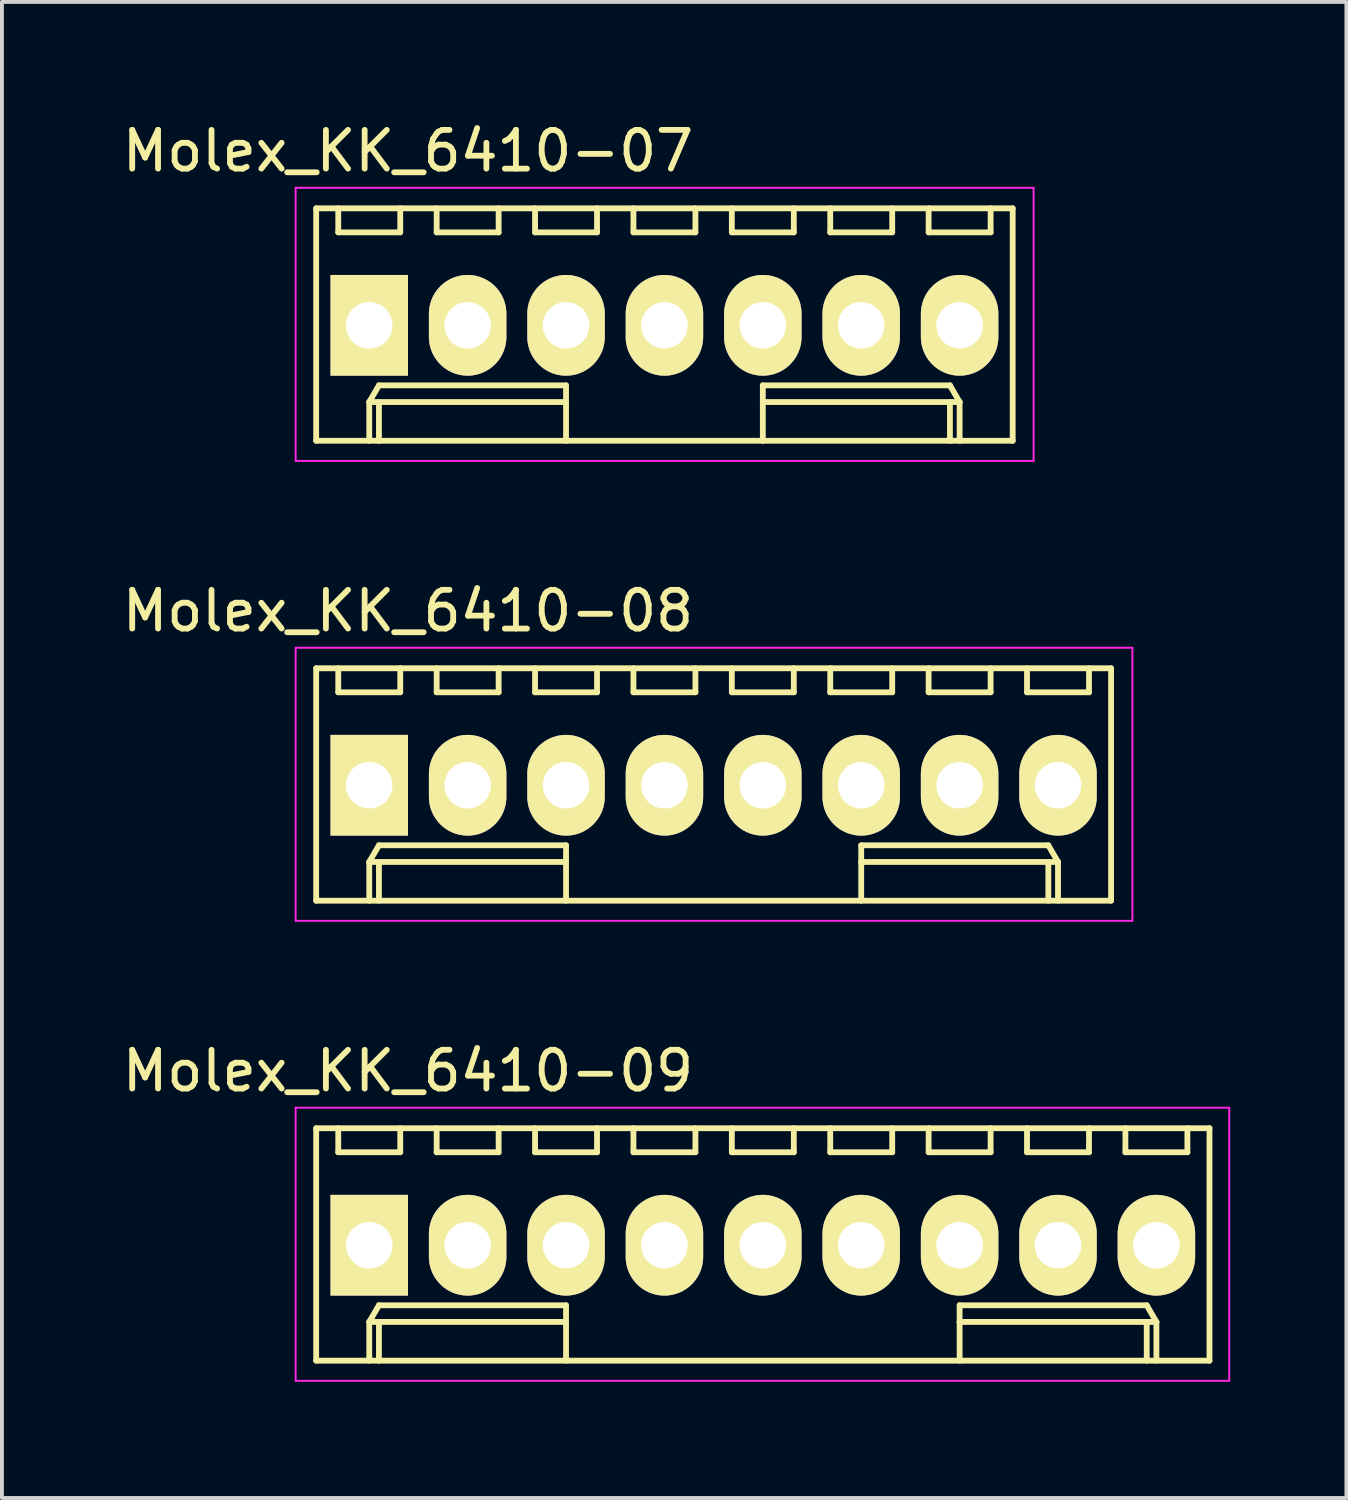
<source format=kicad_pcb>
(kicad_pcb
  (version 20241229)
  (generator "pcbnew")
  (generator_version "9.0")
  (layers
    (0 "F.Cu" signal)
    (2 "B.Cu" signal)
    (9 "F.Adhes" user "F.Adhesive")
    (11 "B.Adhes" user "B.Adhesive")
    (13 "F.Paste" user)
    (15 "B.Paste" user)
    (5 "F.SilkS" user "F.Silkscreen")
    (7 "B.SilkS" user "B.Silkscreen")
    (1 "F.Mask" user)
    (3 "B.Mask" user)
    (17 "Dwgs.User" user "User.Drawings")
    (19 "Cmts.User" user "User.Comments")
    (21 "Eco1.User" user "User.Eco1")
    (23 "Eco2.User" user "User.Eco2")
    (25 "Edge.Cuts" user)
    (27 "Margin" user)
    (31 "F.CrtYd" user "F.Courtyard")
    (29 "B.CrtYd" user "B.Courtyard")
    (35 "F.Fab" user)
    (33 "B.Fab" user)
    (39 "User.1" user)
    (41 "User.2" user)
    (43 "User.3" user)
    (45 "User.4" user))
  (footprint "Molex_KK_6410-07"
    (layer "F.Cu")
    (at 6.482 5.348)
    (property "Reference" "Molex_KK_6410-07" (at 1 -4.5 0) (layer "F.SilkS") (effects (font (size 1 1) (thickness 0.15))))
    (attr through_hole)
    (fp_line (start -1.37 -3.02) (end -1.37 2.98) (stroke (width 0.15) (type solid)) (layer "F.SilkS"))
    (fp_line (start -1.37 2.98) (end 16.61 2.98) (stroke (width 0.15) (type solid)) (layer "F.SilkS"))
    (fp_line (start -0.8 -3.02) (end -0.8 -2.4) (stroke (width 0.15) (type solid)) (layer "F.SilkS"))
    (fp_line (start -0.8 -2.4) (end 0.8 -2.4) (stroke (width 0.15) (type solid)) (layer "F.SilkS"))
    (fp_line (start 0 1.98) (end 0.25 1.55) (stroke (width 0.15) (type solid)) (layer "F.SilkS"))
    (fp_line (start 0 1.98) (end 5.08 1.98) (stroke (width 0.15) (type solid)) (layer "F.SilkS"))
    (fp_line (start 0 2.98) (end 0 1.98) (stroke (width 0.15) (type solid)) (layer "F.SilkS"))
    (fp_line (start 0.25 1.55) (end 5.08 1.55) (stroke (width 0.15) (type solid)) (layer "F.SilkS"))
    (fp_line (start 0.25 2.98) (end 0.25 1.98) (stroke (width 0.15) (type solid)) (layer "F.SilkS"))
    (fp_line (start 0.8 -2.4) (end 0.8 -3.02) (stroke (width 0.15) (type solid)) (layer "F.SilkS"))
    (fp_line (start 1.74 -3.02) (end 1.74 -2.4) (stroke (width 0.15) (type solid)) (layer "F.SilkS"))
    (fp_line (start 1.74 -2.4) (end 3.34 -2.4) (stroke (width 0.15) (type solid)) (layer "F.SilkS"))
    (fp_line (start 3.34 -2.4) (end 3.34 -3.02) (stroke (width 0.15) (type solid)) (layer "F.SilkS"))
    (fp_line (start 4.28 -3.02) (end 4.28 -2.4) (stroke (width 0.15) (type solid)) (layer "F.SilkS"))
    (fp_line (start 4.28 -2.4) (end 5.88 -2.4) (stroke (width 0.15) (type solid)) (layer "F.SilkS"))
    (fp_line (start 5.08 1.55) (end 5.08 1.98) (stroke (width 0.15) (type solid)) (layer "F.SilkS"))
    (fp_line (start 5.08 1.98) (end 5.08 2.98) (stroke (width 0.15) (type solid)) (layer "F.SilkS"))
    (fp_line (start 5.88 -2.4) (end 5.88 -3.02) (stroke (width 0.15) (type solid)) (layer "F.SilkS"))
    (fp_line (start 6.82 -3.02) (end 6.82 -2.4) (stroke (width 0.15) (type solid)) (layer "F.SilkS"))
    (fp_line (start 6.82 -2.4) (end 8.42 -2.4) (stroke (width 0.15) (type solid)) (layer "F.SilkS"))
    (fp_line (start 8.42 -2.4) (end 8.42 -3.02) (stroke (width 0.15) (type solid)) (layer "F.SilkS"))
    (fp_line (start 9.36 -3.02) (end 9.36 -2.4) (stroke (width 0.15) (type solid)) (layer "F.SilkS"))
    (fp_line (start 9.36 -2.4) (end 10.96 -2.4) (stroke (width 0.15) (type solid)) (layer "F.SilkS"))
    (fp_line (start 10.16 1.55) (end 10.16 1.98) (stroke (width 0.15) (type solid)) (layer "F.SilkS"))
    (fp_line (start 10.16 1.98) (end 10.16 2.98) (stroke (width 0.15) (type solid)) (layer "F.SilkS"))
    (fp_line (start 10.96 -2.4) (end 10.96 -3.02) (stroke (width 0.15) (type solid)) (layer "F.SilkS"))
    (fp_line (start 11.9 -3.02) (end 11.9 -2.4) (stroke (width 0.15) (type solid)) (layer "F.SilkS"))
    (fp_line (start 11.9 -2.4) (end 13.5 -2.4) (stroke (width 0.15) (type solid)) (layer "F.SilkS"))
    (fp_line (start 13.5 -2.4) (end 13.5 -3.02) (stroke (width 0.15) (type solid)) (layer "F.SilkS"))
    (fp_line (start 14.44 -3.02) (end 14.44 -2.4) (stroke (width 0.15) (type solid)) (layer "F.SilkS"))
    (fp_line (start 14.44 -2.4) (end 16.04 -2.4) (stroke (width 0.15) (type solid)) (layer "F.SilkS"))
    (fp_line (start 14.99 1.55) (end 10.16 1.55) (stroke (width 0.15) (type solid)) (layer "F.SilkS"))
    (fp_line (start 14.99 2.98) (end 14.99 1.98) (stroke (width 0.15) (type solid)) (layer "F.SilkS"))
    (fp_line (start 15.24 1.98) (end 10.16 1.98) (stroke (width 0.15) (type solid)) (layer "F.SilkS"))
    (fp_line (start 15.24 1.98) (end 14.99 1.55) (stroke (width 0.15) (type solid)) (layer "F.SilkS"))
    (fp_line (start 15.24 2.98) (end 15.24 1.98) (stroke (width 0.15) (type solid)) (layer "F.SilkS"))
    (fp_line (start 16.04 -2.4) (end 16.04 -3.02) (stroke (width 0.15) (type solid)) (layer "F.SilkS"))
    (fp_line (start 16.61 -3.02) (end -1.37 -3.02) (stroke (width 0.15) (type solid)) (layer "F.SilkS"))
    (fp_line (start 16.61 2.98) (end 16.61 -3.02) (stroke (width 0.15) (type solid)) (layer "F.SilkS"))
    (fp_line (start -1.9 -3.55) (end 17.15 -3.55) (stroke (width 0.05) (type solid)) (layer "F.CrtYd"))
    (fp_line (start -1.9 3.5) (end -1.9 -3.55) (stroke (width 0.05) (type solid)) (layer "F.CrtYd"))
    (fp_line (start 17.15 -3.55) (end 17.15 3.5) (stroke (width 0.05) (type solid)) (layer "F.CrtYd"))
    (fp_line (start 17.15 3.5) (end -1.9 3.5) (stroke (width 0.05) (type solid)) (layer "F.CrtYd"))
    (pad "1" thru_hole rect (at 0 0) (size 2 2.6) (drill 1.2) (layers "*.Cu" "*.Mask" "F.SilkS"))
    (pad "2" thru_hole oval (at 2.54 0) (size 2 2.6) (drill 1.2) (layers "*.Cu" "*.Mask" "F.SilkS"))
    (pad "3" thru_hole oval (at 5.08 0) (size 2 2.6) (drill 1.2) (layers "*.Cu" "*.Mask" "F.SilkS"))
    (pad "4" thru_hole oval (at 7.62 0) (size 2 2.6) (drill 1.2) (layers "*.Cu" "*.Mask" "F.SilkS"))
    (pad "5" thru_hole oval (at 10.16 0) (size 2 2.6) (drill 1.2) (layers "*.Cu" "*.Mask" "F.SilkS"))
    (pad "6" thru_hole oval (at 12.7 0) (size 2 2.6) (drill 1.2) (layers "*.Cu" "*.Mask" "F.SilkS"))
    (pad "7" thru_hole oval (at 15.24 0) (size 2 2.6) (drill 1.2) (layers "*.Cu" "*.Mask" "F.SilkS")))
  (footprint "Molex_KK_6410-08"
    (layer "F.Cu")
    (at 6.482 17.221)
    (property "Reference" "Molex_KK_6410-08" (at 1 -4.5 0) (layer "F.SilkS") (effects (font (size 1 1) (thickness 0.15))))
    (attr through_hole)
    (fp_line (start -1.37 -3.02) (end -1.37 2.98) (stroke (width 0.15) (type solid)) (layer "F.SilkS"))
    (fp_line (start -1.37 2.98) (end 19.15 2.98) (stroke (width 0.15) (type solid)) (layer "F.SilkS"))
    (fp_line (start -0.8 -3.02) (end -0.8 -2.4) (stroke (width 0.15) (type solid)) (layer "F.SilkS"))
    (fp_line (start -0.8 -2.4) (end 0.8 -2.4) (stroke (width 0.15) (type solid)) (layer "F.SilkS"))
    (fp_line (start 0 1.98) (end 0.25 1.55) (stroke (width 0.15) (type solid)) (layer "F.SilkS"))
    (fp_line (start 0 1.98) (end 5.08 1.98) (stroke (width 0.15) (type solid)) (layer "F.SilkS"))
    (fp_line (start 0 2.98) (end 0 1.98) (stroke (width 0.15) (type solid)) (layer "F.SilkS"))
    (fp_line (start 0.25 1.55) (end 5.08 1.55) (stroke (width 0.15) (type solid)) (layer "F.SilkS"))
    (fp_line (start 0.25 2.98) (end 0.25 1.98) (stroke (width 0.15) (type solid)) (layer "F.SilkS"))
    (fp_line (start 0.8 -2.4) (end 0.8 -3.02) (stroke (width 0.15) (type solid)) (layer "F.SilkS"))
    (fp_line (start 1.74 -3.02) (end 1.74 -2.4) (stroke (width 0.15) (type solid)) (layer "F.SilkS"))
    (fp_line (start 1.74 -2.4) (end 3.34 -2.4) (stroke (width 0.15) (type solid)) (layer "F.SilkS"))
    (fp_line (start 3.34 -2.4) (end 3.34 -3.02) (stroke (width 0.15) (type solid)) (layer "F.SilkS"))
    (fp_line (start 4.28 -3.02) (end 4.28 -2.4) (stroke (width 0.15) (type solid)) (layer "F.SilkS"))
    (fp_line (start 4.28 -2.4) (end 5.88 -2.4) (stroke (width 0.15) (type solid)) (layer "F.SilkS"))
    (fp_line (start 5.08 1.55) (end 5.08 1.98) (stroke (width 0.15) (type solid)) (layer "F.SilkS"))
    (fp_line (start 5.08 1.98) (end 5.08 2.98) (stroke (width 0.15) (type solid)) (layer "F.SilkS"))
    (fp_line (start 5.88 -2.4) (end 5.88 -3.02) (stroke (width 0.15) (type solid)) (layer "F.SilkS"))
    (fp_line (start 6.82 -3.02) (end 6.82 -2.4) (stroke (width 0.15) (type solid)) (layer "F.SilkS"))
    (fp_line (start 6.82 -2.4) (end 8.42 -2.4) (stroke (width 0.15) (type solid)) (layer "F.SilkS"))
    (fp_line (start 8.42 -2.4) (end 8.42 -3.02) (stroke (width 0.15) (type solid)) (layer "F.SilkS"))
    (fp_line (start 9.36 -3.02) (end 9.36 -2.4) (stroke (width 0.15) (type solid)) (layer "F.SilkS"))
    (fp_line (start 9.36 -2.4) (end 10.96 -2.4) (stroke (width 0.15) (type solid)) (layer "F.SilkS"))
    (fp_line (start 10.96 -2.4) (end 10.96 -3.02) (stroke (width 0.15) (type solid)) (layer "F.SilkS"))
    (fp_line (start 11.9 -3.02) (end 11.9 -2.4) (stroke (width 0.15) (type solid)) (layer "F.SilkS"))
    (fp_line (start 11.9 -2.4) (end 13.5 -2.4) (stroke (width 0.15) (type solid)) (layer "F.SilkS"))
    (fp_line (start 12.7 1.55) (end 12.7 1.98) (stroke (width 0.15) (type solid)) (layer "F.SilkS"))
    (fp_line (start 12.7 1.98) (end 12.7 2.98) (stroke (width 0.15) (type solid)) (layer "F.SilkS"))
    (fp_line (start 13.5 -2.4) (end 13.5 -3.02) (stroke (width 0.15) (type solid)) (layer "F.SilkS"))
    (fp_line (start 14.44 -3.02) (end 14.44 -2.4) (stroke (width 0.15) (type solid)) (layer "F.SilkS"))
    (fp_line (start 14.44 -2.4) (end 16.04 -2.4) (stroke (width 0.15) (type solid)) (layer "F.SilkS"))
    (fp_line (start 16.04 -2.4) (end 16.04 -3.02) (stroke (width 0.15) (type solid)) (layer "F.SilkS"))
    (fp_line (start 16.98 -3.02) (end 16.98 -2.4) (stroke (width 0.15) (type solid)) (layer "F.SilkS"))
    (fp_line (start 16.98 -2.4) (end 18.58 -2.4) (stroke (width 0.15) (type solid)) (layer "F.SilkS"))
    (fp_line (start 17.53 1.55) (end 12.7 1.55) (stroke (width 0.15) (type solid)) (layer "F.SilkS"))
    (fp_line (start 17.53 2.98) (end 17.53 1.98) (stroke (width 0.15) (type solid)) (layer "F.SilkS"))
    (fp_line (start 17.78 1.98) (end 12.7 1.98) (stroke (width 0.15) (type solid)) (layer "F.SilkS"))
    (fp_line (start 17.78 1.98) (end 17.53 1.55) (stroke (width 0.15) (type solid)) (layer "F.SilkS"))
    (fp_line (start 17.78 2.98) (end 17.78 1.98) (stroke (width 0.15) (type solid)) (layer "F.SilkS"))
    (fp_line (start 18.58 -2.4) (end 18.58 -3.02) (stroke (width 0.15) (type solid)) (layer "F.SilkS"))
    (fp_line (start 19.15 -3.02) (end -1.37 -3.02) (stroke (width 0.15) (type solid)) (layer "F.SilkS"))
    (fp_line (start 19.15 2.98) (end 19.15 -3.02) (stroke (width 0.15) (type solid)) (layer "F.SilkS"))
    (fp_line (start -1.9 -3.55) (end 19.7 -3.55) (stroke (width 0.05) (type solid)) (layer "F.CrtYd"))
    (fp_line (start -1.9 3.5) (end -1.9 -3.55) (stroke (width 0.05) (type solid)) (layer "F.CrtYd"))
    (fp_line (start 19.7 -3.55) (end 19.7 3.5) (stroke (width 0.05) (type solid)) (layer "F.CrtYd"))
    (fp_line (start 19.7 3.5) (end -1.9 3.5) (stroke (width 0.05) (type solid)) (layer "F.CrtYd"))
    (pad "1" thru_hole rect (at 0 0) (size 2 2.6) (drill 1.2) (layers "*.Cu" "*.Mask" "F.SilkS"))
    (pad "2" thru_hole oval (at 2.54 0) (size 2 2.6) (drill 1.2) (layers "*.Cu" "*.Mask" "F.SilkS"))
    (pad "3" thru_hole oval (at 5.08 0) (size 2 2.6) (drill 1.2) (layers "*.Cu" "*.Mask" "F.SilkS"))
    (pad "4" thru_hole oval (at 7.62 0) (size 2 2.6) (drill 1.2) (layers "*.Cu" "*.Mask" "F.SilkS"))
    (pad "5" thru_hole oval (at 10.16 0) (size 2 2.6) (drill 1.2) (layers "*.Cu" "*.Mask" "F.SilkS"))
    (pad "6" thru_hole oval (at 12.7 0) (size 2 2.6) (drill 1.2) (layers "*.Cu" "*.Mask" "F.SilkS"))
    (pad "7" thru_hole oval (at 15.24 0) (size 2 2.6) (drill 1.2) (layers "*.Cu" "*.Mask" "F.SilkS"))
    (pad "8" thru_hole oval (at 17.78 0) (size 2 2.6) (drill 1.2) (layers "*.Cu" "*.Mask" "F.SilkS")))
  (footprint "Molex_KK_6410-09"
    (layer "F.Cu")
    (at 6.482 29.095)
    (property "Reference" "Molex_KK_6410-09" (at 1 -4.5 0) (layer "F.SilkS") (effects (font (size 1 1) (thickness 0.15))))
    (attr through_hole)
    (fp_line (start -1.37 -3.02) (end -1.37 2.98) (stroke (width 0.15) (type solid)) (layer "F.SilkS"))
    (fp_line (start -1.37 2.98) (end 21.69 2.98) (stroke (width 0.15) (type solid)) (layer "F.SilkS"))
    (fp_line (start -0.8 -3.02) (end -0.8 -2.4) (stroke (width 0.15) (type solid)) (layer "F.SilkS"))
    (fp_line (start -0.8 -2.4) (end 0.8 -2.4) (stroke (width 0.15) (type solid)) (layer "F.SilkS"))
    (fp_line (start 0 1.98) (end 0.25 1.55) (stroke (width 0.15) (type solid)) (layer "F.SilkS"))
    (fp_line (start 0 1.98) (end 5.08 1.98) (stroke (width 0.15) (type solid)) (layer "F.SilkS"))
    (fp_line (start 0 2.98) (end 0 1.98) (stroke (width 0.15) (type solid)) (layer "F.SilkS"))
    (fp_line (start 0.25 1.55) (end 5.08 1.55) (stroke (width 0.15) (type solid)) (layer "F.SilkS"))
    (fp_line (start 0.25 2.98) (end 0.25 1.98) (stroke (width 0.15) (type solid)) (layer "F.SilkS"))
    (fp_line (start 0.8 -2.4) (end 0.8 -3.02) (stroke (width 0.15) (type solid)) (layer "F.SilkS"))
    (fp_line (start 1.74 -3.02) (end 1.74 -2.4) (stroke (width 0.15) (type solid)) (layer "F.SilkS"))
    (fp_line (start 1.74 -2.4) (end 3.34 -2.4) (stroke (width 0.15) (type solid)) (layer "F.SilkS"))
    (fp_line (start 3.34 -2.4) (end 3.34 -3.02) (stroke (width 0.15) (type solid)) (layer "F.SilkS"))
    (fp_line (start 4.28 -3.02) (end 4.28 -2.4) (stroke (width 0.15) (type solid)) (layer "F.SilkS"))
    (fp_line (start 4.28 -2.4) (end 5.88 -2.4) (stroke (width 0.15) (type solid)) (layer "F.SilkS"))
    (fp_line (start 5.08 1.55) (end 5.08 1.98) (stroke (width 0.15) (type solid)) (layer "F.SilkS"))
    (fp_line (start 5.08 1.98) (end 5.08 2.98) (stroke (width 0.15) (type solid)) (layer "F.SilkS"))
    (fp_line (start 5.88 -2.4) (end 5.88 -3.02) (stroke (width 0.15) (type solid)) (layer "F.SilkS"))
    (fp_line (start 6.82 -3.02) (end 6.82 -2.4) (stroke (width 0.15) (type solid)) (layer "F.SilkS"))
    (fp_line (start 6.82 -2.4) (end 8.42 -2.4) (stroke (width 0.15) (type solid)) (layer "F.SilkS"))
    (fp_line (start 8.42 -2.4) (end 8.42 -3.02) (stroke (width 0.15) (type solid)) (layer "F.SilkS"))
    (fp_line (start 9.36 -3.02) (end 9.36 -2.4) (stroke (width 0.15) (type solid)) (layer "F.SilkS"))
    (fp_line (start 9.36 -2.4) (end 10.96 -2.4) (stroke (width 0.15) (type solid)) (layer "F.SilkS"))
    (fp_line (start 10.96 -2.4) (end 10.96 -3.02) (stroke (width 0.15) (type solid)) (layer "F.SilkS"))
    (fp_line (start 11.9 -3.02) (end 11.9 -2.4) (stroke (width 0.15) (type solid)) (layer "F.SilkS"))
    (fp_line (start 11.9 -2.4) (end 13.5 -2.4) (stroke (width 0.15) (type solid)) (layer "F.SilkS"))
    (fp_line (start 13.5 -2.4) (end 13.5 -3.02) (stroke (width 0.15) (type solid)) (layer "F.SilkS"))
    (fp_line (start 14.44 -3.02) (end 14.44 -2.4) (stroke (width 0.15) (type solid)) (layer "F.SilkS"))
    (fp_line (start 14.44 -2.4) (end 16.04 -2.4) (stroke (width 0.15) (type solid)) (layer "F.SilkS"))
    (fp_line (start 15.24 1.55) (end 15.24 1.98) (stroke (width 0.15) (type solid)) (layer "F.SilkS"))
    (fp_line (start 15.24 1.98) (end 15.24 2.98) (stroke (width 0.15) (type solid)) (layer "F.SilkS"))
    (fp_line (start 16.04 -2.4) (end 16.04 -3.02) (stroke (width 0.15) (type solid)) (layer "F.SilkS"))
    (fp_line (start 16.98 -3.02) (end 16.98 -2.4) (stroke (width 0.15) (type solid)) (layer "F.SilkS"))
    (fp_line (start 16.98 -2.4) (end 18.58 -2.4) (stroke (width 0.15) (type solid)) (layer "F.SilkS"))
    (fp_line (start 18.58 -2.4) (end 18.58 -3.02) (stroke (width 0.15) (type solid)) (layer "F.SilkS"))
    (fp_line (start 19.52 -3.02) (end 19.52 -2.4) (stroke (width 0.15) (type solid)) (layer "F.SilkS"))
    (fp_line (start 19.52 -2.4) (end 21.12 -2.4) (stroke (width 0.15) (type solid)) (layer "F.SilkS"))
    (fp_line (start 20.07 1.55) (end 15.24 1.55) (stroke (width 0.15) (type solid)) (layer "F.SilkS"))
    (fp_line (start 20.07 2.98) (end 20.07 1.98) (stroke (width 0.15) (type solid)) (layer "F.SilkS"))
    (fp_line (start 20.32 1.98) (end 15.24 1.98) (stroke (width 0.15) (type solid)) (layer "F.SilkS"))
    (fp_line (start 20.32 1.98) (end 20.07 1.55) (stroke (width 0.15) (type solid)) (layer "F.SilkS"))
    (fp_line (start 20.32 2.98) (end 20.32 1.98) (stroke (width 0.15) (type solid)) (layer "F.SilkS"))
    (fp_line (start 21.12 -2.4) (end 21.12 -3.02) (stroke (width 0.15) (type solid)) (layer "F.SilkS"))
    (fp_line (start 21.69 -3.02) (end -1.37 -3.02) (stroke (width 0.15) (type solid)) (layer "F.SilkS"))
    (fp_line (start 21.69 2.98) (end 21.69 -3.02) (stroke (width 0.15) (type solid)) (layer "F.SilkS"))
    (fp_line (start -1.9 -3.55) (end 22.2 -3.55) (stroke (width 0.05) (type solid)) (layer "F.CrtYd"))
    (fp_line (start -1.9 3.5) (end -1.9 -3.55) (stroke (width 0.05) (type solid)) (layer "F.CrtYd"))
    (fp_line (start 22.2 -3.55) (end 22.2 3.5) (stroke (width 0.05) (type solid)) (layer "F.CrtYd"))
    (fp_line (start 22.2 3.5) (end -1.9 3.5) (stroke (width 0.05) (type solid)) (layer "F.CrtYd"))
    (pad "1" thru_hole rect (at 0 0) (size 2 2.6) (drill 1.2) (layers "*.Cu" "*.Mask" "F.SilkS"))
    (pad "2" thru_hole oval (at 2.54 0) (size 2 2.6) (drill 1.2) (layers "*.Cu" "*.Mask" "F.SilkS"))
    (pad "3" thru_hole oval (at 5.08 0) (size 2 2.6) (drill 1.2) (layers "*.Cu" "*.Mask" "F.SilkS"))
    (pad "4" thru_hole oval (at 7.62 0) (size 2 2.6) (drill 1.2) (layers "*.Cu" "*.Mask" "F.SilkS"))
    (pad "5" thru_hole oval (at 10.16 0) (size 2 2.6) (drill 1.2) (layers "*.Cu" "*.Mask" "F.SilkS"))
    (pad "6" thru_hole oval (at 12.7 0) (size 2 2.6) (drill 1.2) (layers "*.Cu" "*.Mask" "F.SilkS"))
    (pad "7" thru_hole oval (at 15.24 0) (size 2 2.6) (drill 1.2) (layers "*.Cu" "*.Mask" "F.SilkS"))
    (pad "8" thru_hole oval (at 17.78 0) (size 2 2.6) (drill 1.2) (layers "*.Cu" "*.Mask" "F.SilkS"))
    (pad "9" thru_hole oval (at 20.32 0) (size 2 2.6) (drill 1.2) (layers "*.Cu" "*.Mask" "F.SilkS")))
  (gr_rect
    (start -3 -3)
    (end 31.707 35.62)
    (stroke (width 0.1) (type default))
    (fill no)
    (layer "Edge.Cuts")))
</source>
